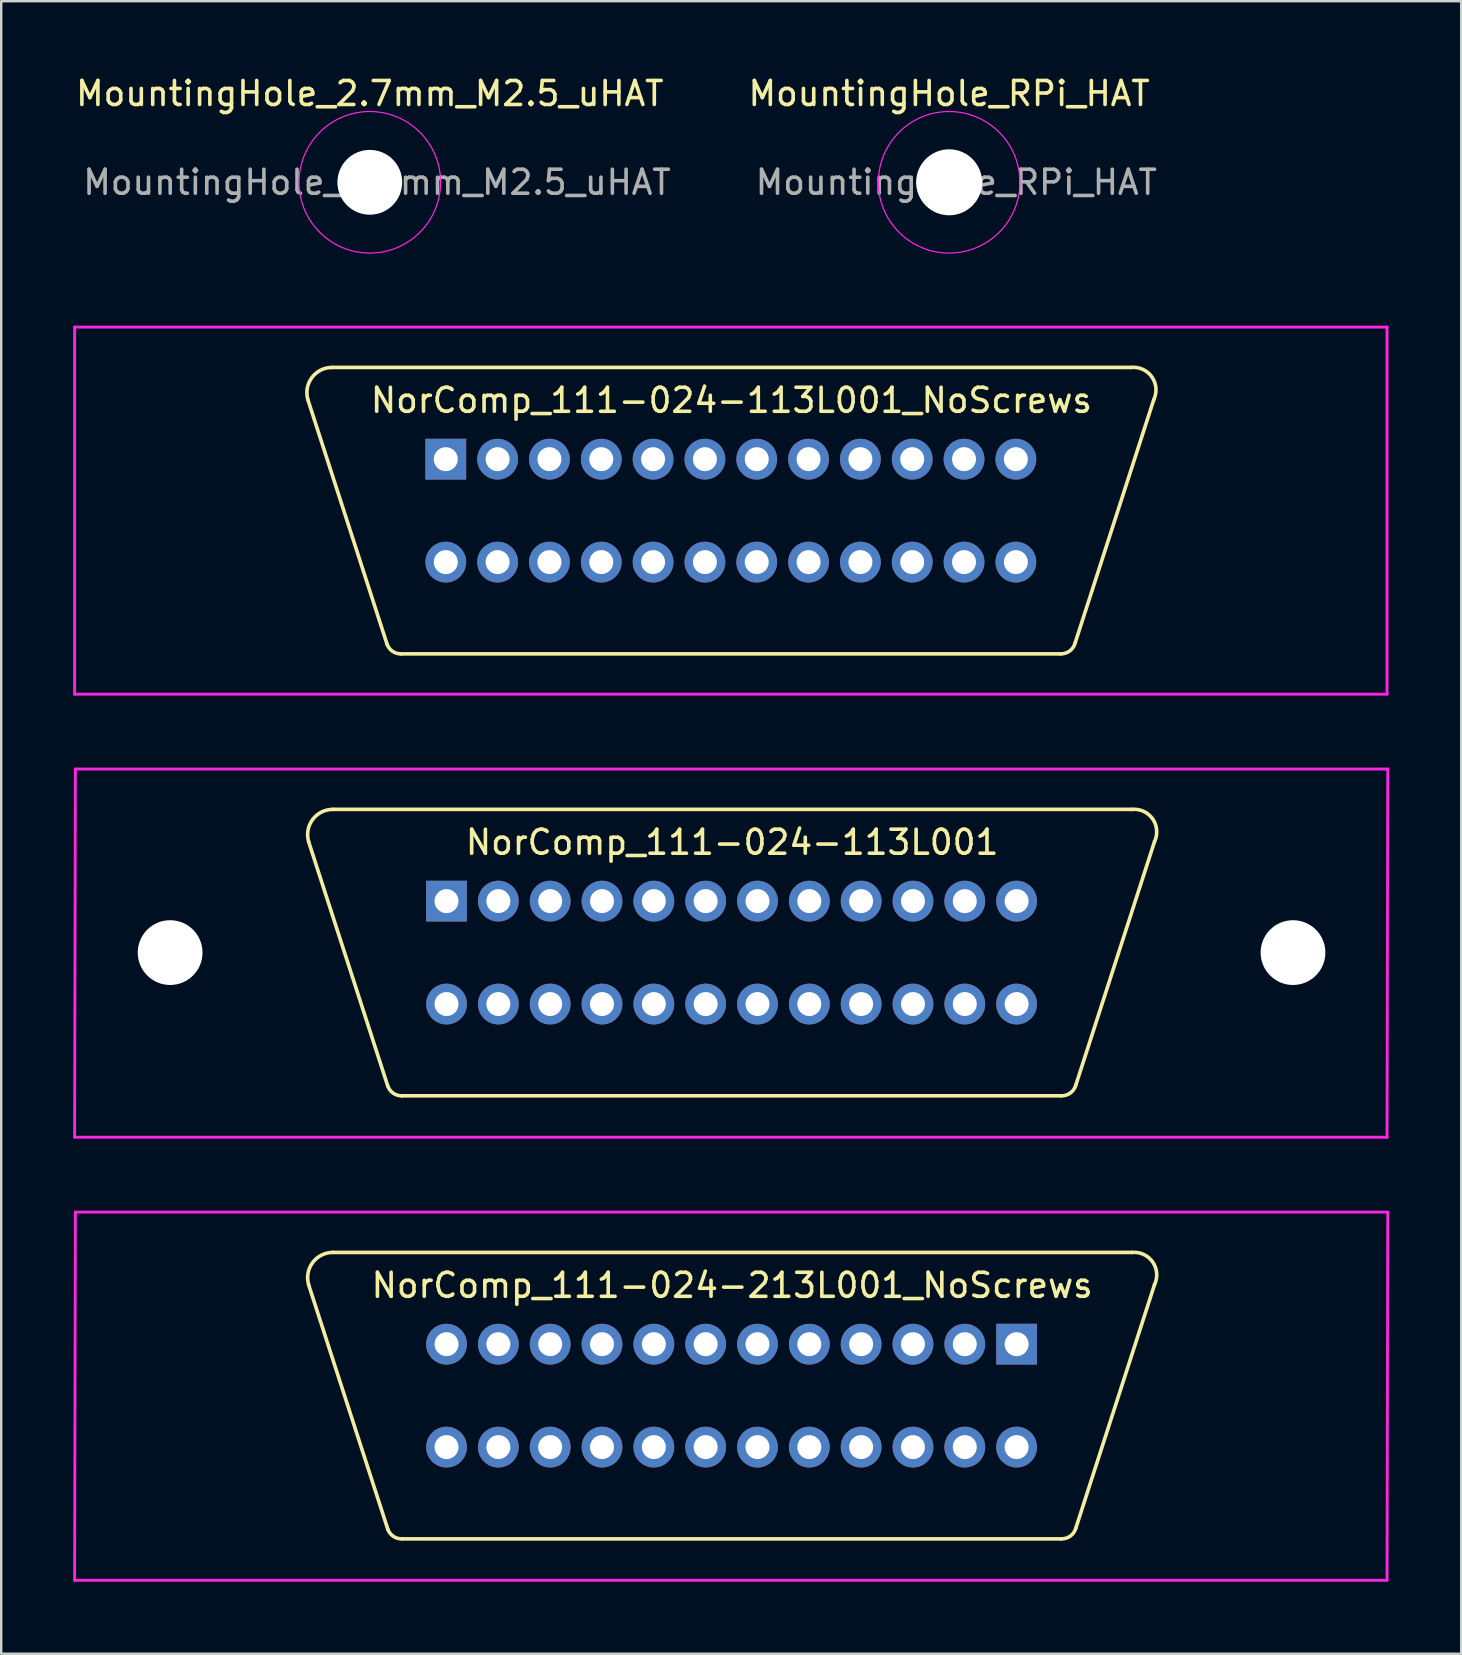
<source format=kicad_pcb>
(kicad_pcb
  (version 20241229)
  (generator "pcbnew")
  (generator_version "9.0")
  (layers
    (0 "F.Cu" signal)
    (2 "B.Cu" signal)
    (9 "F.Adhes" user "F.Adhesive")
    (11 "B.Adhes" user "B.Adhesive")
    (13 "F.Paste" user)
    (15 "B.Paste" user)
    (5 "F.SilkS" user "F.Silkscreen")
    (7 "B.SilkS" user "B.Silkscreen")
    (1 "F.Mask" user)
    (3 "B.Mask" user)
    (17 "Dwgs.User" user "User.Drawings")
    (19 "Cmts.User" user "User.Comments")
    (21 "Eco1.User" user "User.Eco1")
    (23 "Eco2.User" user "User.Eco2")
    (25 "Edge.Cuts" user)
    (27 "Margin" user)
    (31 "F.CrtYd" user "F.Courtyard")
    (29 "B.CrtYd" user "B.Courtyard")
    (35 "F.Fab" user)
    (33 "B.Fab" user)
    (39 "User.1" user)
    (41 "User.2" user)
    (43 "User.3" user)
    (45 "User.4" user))
  (footprint "NorComp_111-024-213L001_NoScrews"
    (layer "F.Cu")
    (at 27.441 55.119)
    (property "Reference" "NorComp_111-024-213L001_NoScrews" (at 0.025 -4.597 0) (unlocked yes) (layer "F.SilkS") (effects (font (size 1 1) (thickness 0.15))))
    (attr through_hole)
    (fp_line (start -16.619 -5.969) (end 16.688 -5.969) (stroke (width 0.152) (type solid)) (layer "F.SilkS"))
    (fp_line (start -14.326 5.573) (end -17.628 -4.623) (stroke (width 0.15) (type solid)) (layer "F.SilkS"))
    (fp_line (start -13.741 5.969) (end 13.735 5.969) (stroke (width 0.15) (type solid)) (layer "F.SilkS"))
    (fp_line (start 17.628 -4.626) (end 14.351 5.512) (stroke (width 0.15) (type solid)) (layer "F.SilkS"))
    (fp_arc (start -17.6276 -4.625573) (mid -17.459254 -5.549239) (end -16.619433 -5.969) (stroke (width 0.15) (type solid)) (layer "F.SilkS"))
    (fp_arc (start -13.7414 5.969) (mid -14.096596 5.864038) (end -14.325626 5.57296) (stroke (width 0.15) (type solid)) (layer "F.SilkS"))
    (fp_arc (start 14.351 5.511681) (mid 14.123787 5.849347) (end 13.73478 5.969) (stroke (width 0.15) (type solid)) (layer "F.SilkS"))
    (fp_arc (start 16.688119 -5.969) (mid 17.55021 -5.572006) (end 17.6276 -4.626059) (stroke (width 0.15) (type solid)) (layer "F.SilkS"))
    (fp_line (start -27.381 7.696) (end 27.319 7.696) (stroke (width 0.12) (type solid)) (layer "F.CrtYd"))
    (fp_line (start -27.35 -7.65) (end -27.381 7.696) (stroke (width 0.12) (type solid)) (layer "F.CrtYd"))
    (fp_line (start -27.35 -7.65) (end 27.35 -7.65) (stroke (width 0.12) (type solid)) (layer "F.CrtYd"))
    (fp_line (start 27.319 7.696) (end 27.35 -7.65) (stroke (width 0.12) (type solid)) (layer "F.CrtYd"))
    (pad "1" thru_hole rect (at 11.88 -2.145) (size 1.7 1.7) (drill 1) (layers "*.Cu" "*.Mask"))
    (pad "2" thru_hole circle (at 9.72 -2.145) (size 1.7 1.7) (drill 1) (layers "*.Cu" "*.Mask"))
    (pad "3" thru_hole circle (at 7.56 -2.145) (size 1.7 1.7) (drill 1) (layers "*.Cu" "*.Mask"))
    (pad "4" thru_hole circle (at 5.4 -2.145) (size 1.7 1.7) (drill 1) (layers "*.Cu" "*.Mask"))
    (pad "5" thru_hole circle (at 3.24 -2.145) (size 1.7 1.7) (drill 1) (layers "*.Cu" "*.Mask"))
    (pad "6" thru_hole circle (at 1.08 -2.145) (size 1.7 1.7) (drill 1) (layers "*.Cu" "*.Mask"))
    (pad "7" thru_hole circle (at -1.08 -2.145) (size 1.7 1.7) (drill 1) (layers "*.Cu" "*.Mask"))
    (pad "8" thru_hole circle (at -3.24 -2.145) (size 1.7 1.7) (drill 1) (layers "*.Cu" "*.Mask"))
    (pad "9" thru_hole circle (at -5.4 -2.145) (size 1.7 1.7) (drill 1) (layers "*.Cu" "*.Mask"))
    (pad "10" thru_hole circle (at -7.56 -2.145) (size 1.7 1.7) (drill 1) (layers "*.Cu" "*.Mask"))
    (pad "11" thru_hole circle (at -9.72 -2.145) (size 1.7 1.7) (drill 1) (layers "*.Cu" "*.Mask"))
    (pad "12" thru_hole circle (at -11.88 -2.145) (size 1.7 1.7) (drill 1) (layers "*.Cu" "*.Mask"))
    (pad "13" thru_hole circle (at 11.88 2.145) (size 1.7 1.7) (drill 1) (layers "*.Cu" "*.Mask"))
    (pad "14" thru_hole circle (at 9.72 2.145) (size 1.7 1.7) (drill 1) (layers "*.Cu" "*.Mask"))
    (pad "15" thru_hole circle (at 7.56 2.145) (size 1.7 1.7) (drill 1) (layers "*.Cu" "*.Mask"))
    (pad "16" thru_hole circle (at 5.4 2.145) (size 1.7 1.7) (drill 1) (layers "*.Cu" "*.Mask"))
    (pad "17" thru_hole circle (at 3.24 2.145) (size 1.7 1.7) (drill 1) (layers "*.Cu" "*.Mask"))
    (pad "18" thru_hole circle (at 1.08 2.145) (size 1.7 1.7) (drill 1) (layers "*.Cu" "*.Mask"))
    (pad "19" thru_hole circle (at -1.08 2.145) (size 1.7 1.7) (drill 1) (layers "*.Cu" "*.Mask"))
    (pad "20" thru_hole circle (at -3.24 2.145) (size 1.7 1.7) (drill 1) (layers "*.Cu" "*.Mask"))
    (pad "21" thru_hole circle (at -5.4 2.145) (size 1.7 1.7) (drill 1) (layers "*.Cu" "*.Mask"))
    (pad "22" thru_hole circle (at -7.56 2.145) (size 1.7 1.7) (drill 1) (layers "*.Cu" "*.Mask"))
    (pad "23" thru_hole circle (at -9.72 2.145) (size 1.7 1.7) (drill 1) (layers "*.Cu" "*.Mask"))
    (pad "24" thru_hole circle (at -11.88 2.145) (size 1.7 1.7) (drill 1) (layers "*.Cu" "*.Mask")))
  (footprint "MountingHole_RPi_HAT"
    (layer "F.Cu")
    (at 36.508 4.548)
    (property "Reference" "MountingHole_RPi_HAT" (at 0 -3.7 0) (layer "F.SilkS") (effects (font (size 1 1) (thickness 0.15))))
    (attr exclude_from_pos_files exclude_from_bom)
    (fp_circle (center 0 0) (end 2.95 0) (stroke (width 0.05) (type solid)) (fill no) (layer "F.CrtYd"))
    (fp_text user "${REFERENCE}" (at 0.3 0 0) (layer "F.Fab") (effects (font (size 1 1) (thickness 0.15))))
    (pad "" np_thru_hole circle (at 0 0) (size 2.75 2.75) (drill 2.75) (layers "*.Cu" "*.Mask")))
  (footprint "MountingHole_2.7mm_M2.5_uHAT"
    (layer "F.Cu")
    (at 12.363 4.548)
    (property "Reference" "MountingHole_2.7mm_M2.5_uHAT" (at 0 -3.7 0) (layer "F.SilkS") (effects (font (size 1 1) (thickness 0.15))))
    (attr exclude_from_pos_files exclude_from_bom)
    (fp_circle (center 0 0) (end 2.95 0) (stroke (width 0.05) (type solid)) (fill no) (layer "F.CrtYd"))
    (fp_text user "${REFERENCE}" (at 0.3 0 0) (layer "F.Fab") (effects (font (size 1 1) (thickness 0.15))))
    (pad "" np_thru_hole circle (at 0 0) (size 2.7 2.7) (drill 2.7) (layers "*.Cu" "*.Mask")))
  (footprint "NorComp_111-024-113L001"
    (layer "F.Cu")
    (at 27.441 36.653)
    (property "Reference" "NorComp_111-024-113L001" (at 0.025 -4.597 0) (unlocked yes) (layer "F.SilkS") (effects (font (size 1 1) (thickness 0.15))))
    (attr through_hole)
    (fp_line (start -16.619 -5.969) (end 16.688 -5.969) (stroke (width 0.152) (type solid)) (layer "F.SilkS"))
    (fp_line (start -14.326 5.573) (end -17.628 -4.623) (stroke (width 0.15) (type solid)) (layer "F.SilkS"))
    (fp_line (start -13.741 5.969) (end 13.735 5.969) (stroke (width 0.15) (type solid)) (layer "F.SilkS"))
    (fp_line (start 17.628 -4.626) (end 14.351 5.512) (stroke (width 0.15) (type solid)) (layer "F.SilkS"))
    (fp_arc (start -17.6276 -4.625573) (mid -17.459254 -5.549239) (end -16.619433 -5.969) (stroke (width 0.15) (type solid)) (layer "F.SilkS"))
    (fp_arc (start -13.7414 5.969) (mid -14.096596 5.864038) (end -14.325626 5.57296) (stroke (width 0.15) (type solid)) (layer "F.SilkS"))
    (fp_arc (start 14.351 5.511681) (mid 14.123787 5.849347) (end 13.73478 5.969) (stroke (width 0.15) (type solid)) (layer "F.SilkS"))
    (fp_arc (start 16.688119 -5.969) (mid 17.55021 -5.572006) (end 17.6276 -4.626059) (stroke (width 0.15) (type solid)) (layer "F.SilkS"))
    (fp_line (start -27.381 7.696) (end 27.319 7.696) (stroke (width 0.12) (type solid)) (layer "F.CrtYd"))
    (fp_line (start -27.35 -7.65) (end -27.381 7.696) (stroke (width 0.12) (type solid)) (layer "F.CrtYd"))
    (fp_line (start -27.35 -7.65) (end 27.35 -7.65) (stroke (width 0.12) (type solid)) (layer "F.CrtYd"))
    (fp_line (start 27.319 7.696) (end 27.35 -7.65) (stroke (width 0.12) (type solid)) (layer "F.CrtYd"))
    (pad "" np_thru_hole circle (at -23.4 0) (size 2.7 2.7) (drill 2.7) (layers "*.Cu" "*.Mask"))
    (pad "" np_thru_hole circle (at 23.4 0) (size 2.7 2.7) (drill 2.7) (layers "*.Cu" "*.Mask"))
    (pad "1" thru_hole rect (at -11.88 -2.145) (size 1.7 1.7) (drill 1) (layers "*.Cu" "*.Mask"))
    (pad "2" thru_hole circle (at -9.72 -2.145) (size 1.7 1.7) (drill 1) (layers "*.Cu" "*.Mask"))
    (pad "3" thru_hole circle (at -7.56 -2.145) (size 1.7 1.7) (drill 1) (layers "*.Cu" "*.Mask"))
    (pad "4" thru_hole circle (at -5.4 -2.145) (size 1.7 1.7) (drill 1) (layers "*.Cu" "*.Mask"))
    (pad "5" thru_hole circle (at -3.24 -2.145) (size 1.7 1.7) (drill 1) (layers "*.Cu" "*.Mask"))
    (pad "6" thru_hole circle (at -1.08 -2.145) (size 1.7 1.7) (drill 1) (layers "*.Cu" "*.Mask"))
    (pad "7" thru_hole circle (at 1.08 -2.145) (size 1.7 1.7) (drill 1) (layers "*.Cu" "*.Mask"))
    (pad "8" thru_hole circle (at 3.24 -2.145) (size 1.7 1.7) (drill 1) (layers "*.Cu" "*.Mask"))
    (pad "9" thru_hole circle (at 5.4 -2.145) (size 1.7 1.7) (drill 1) (layers "*.Cu" "*.Mask"))
    (pad "10" thru_hole circle (at 7.56 -2.145) (size 1.7 1.7) (drill 1) (layers "*.Cu" "*.Mask"))
    (pad "11" thru_hole circle (at 9.72 -2.145) (size 1.7 1.7) (drill 1) (layers "*.Cu" "*.Mask"))
    (pad "12" thru_hole circle (at 11.88 -2.145) (size 1.7 1.7) (drill 1) (layers "*.Cu" "*.Mask"))
    (pad "13" thru_hole circle (at -11.88 2.145) (size 1.7 1.7) (drill 1) (layers "*.Cu" "*.Mask"))
    (pad "14" thru_hole circle (at -9.72 2.145) (size 1.7 1.7) (drill 1) (layers "*.Cu" "*.Mask"))
    (pad "15" thru_hole circle (at -7.56 2.145) (size 1.7 1.7) (drill 1) (layers "*.Cu" "*.Mask"))
    (pad "16" thru_hole circle (at -5.4 2.145) (size 1.7 1.7) (drill 1) (layers "*.Cu" "*.Mask"))
    (pad "17" thru_hole circle (at -3.24 2.145) (size 1.7 1.7) (drill 1) (layers "*.Cu" "*.Mask"))
    (pad "18" thru_hole circle (at -1.08 2.145) (size 1.7 1.7) (drill 1) (layers "*.Cu" "*.Mask"))
    (pad "19" thru_hole circle (at 1.08 2.145) (size 1.7 1.7) (drill 1) (layers "*.Cu" "*.Mask"))
    (pad "20" thru_hole circle (at 3.24 2.145) (size 1.7 1.7) (drill 1) (layers "*.Cu" "*.Mask"))
    (pad "21" thru_hole circle (at 5.4 2.145) (size 1.7 1.7) (drill 1) (layers "*.Cu" "*.Mask"))
    (pad "22" thru_hole circle (at 7.56 2.145) (size 1.7 1.7) (drill 1) (layers "*.Cu" "*.Mask"))
    (pad "23" thru_hole circle (at 9.72 2.145) (size 1.7 1.7) (drill 1) (layers "*.Cu" "*.Mask"))
    (pad "24" thru_hole circle (at 11.88 2.145) (size 1.7 1.7) (drill 1) (layers "*.Cu" "*.Mask")))
  (footprint "NorComp_111-024-113L001_NoScrews"
    (layer "F.Cu")
    (at 27.41 18.233)
    (property "Reference" "NorComp_111-024-113L001_NoScrews" (at 0.025 -4.597 0) (unlocked yes) (layer "F.SilkS") (effects (font (size 1 1) (thickness 0.15))))
    (attr through_hole)
    (fp_line (start -16.619 -5.969) (end 16.688 -5.969) (stroke (width 0.152) (type solid)) (layer "F.SilkS"))
    (fp_line (start -14.326 5.573) (end -17.628 -4.623) (stroke (width 0.15) (type solid)) (layer "F.SilkS"))
    (fp_line (start -13.741 5.969) (end 13.735 5.969) (stroke (width 0.15) (type solid)) (layer "F.SilkS"))
    (fp_line (start 17.628 -4.626) (end 14.351 5.512) (stroke (width 0.15) (type solid)) (layer "F.SilkS"))
    (fp_arc (start -17.6276 -4.625573) (mid -17.459254 -5.549239) (end -16.619433 -5.969) (stroke (width 0.15) (type solid)) (layer "F.SilkS"))
    (fp_arc (start -13.7414 5.969) (mid -14.096596 5.864038) (end -14.325626 5.57296) (stroke (width 0.15) (type solid)) (layer "F.SilkS"))
    (fp_arc (start 14.351 5.511681) (mid 14.123787 5.849347) (end 13.73478 5.969) (stroke (width 0.15) (type solid)) (layer "F.SilkS"))
    (fp_arc (start 16.688119 -5.969) (mid 17.55021 -5.572006) (end 17.6276 -4.626059) (stroke (width 0.15) (type solid)) (layer "F.SilkS"))
    (fp_line (start -27.35 -7.65) (end -27.35 7.65) (stroke (width 0.12) (type solid)) (layer "F.CrtYd"))
    (fp_line (start -27.35 -7.65) (end 27.35 -7.65) (stroke (width 0.12) (type solid)) (layer "F.CrtYd"))
    (fp_line (start -27.35 7.65) (end 27.35 7.65) (stroke (width 0.12) (type solid)) (layer "F.CrtYd"))
    (fp_line (start 27.35 7.65) (end 27.35 -7.65) (stroke (width 0.12) (type solid)) (layer "F.CrtYd"))
    (pad "1" thru_hole rect (at -11.88 -2.145) (size 1.7 1.7) (drill 1) (layers "*.Cu" "*.Mask"))
    (pad "2" thru_hole circle (at -9.72 -2.145) (size 1.7 1.7) (drill 1) (layers "*.Cu" "*.Mask"))
    (pad "3" thru_hole circle (at -7.56 -2.145) (size 1.7 1.7) (drill 1) (layers "*.Cu" "*.Mask"))
    (pad "4" thru_hole circle (at -5.4 -2.145) (size 1.7 1.7) (drill 1) (layers "*.Cu" "*.Mask"))
    (pad "5" thru_hole circle (at -3.24 -2.145) (size 1.7 1.7) (drill 1) (layers "*.Cu" "*.Mask"))
    (pad "6" thru_hole circle (at -1.08 -2.145) (size 1.7 1.7) (drill 1) (layers "*.Cu" "*.Mask"))
    (pad "7" thru_hole circle (at 1.08 -2.145) (size 1.7 1.7) (drill 1) (layers "*.Cu" "*.Mask"))
    (pad "8" thru_hole circle (at 3.24 -2.145) (size 1.7 1.7) (drill 1) (layers "*.Cu" "*.Mask"))
    (pad "9" thru_hole circle (at 5.4 -2.145) (size 1.7 1.7) (drill 1) (layers "*.Cu" "*.Mask"))
    (pad "10" thru_hole circle (at 7.56 -2.145) (size 1.7 1.7) (drill 1) (layers "*.Cu" "*.Mask"))
    (pad "11" thru_hole circle (at 9.72 -2.145) (size 1.7 1.7) (drill 1) (layers "*.Cu" "*.Mask"))
    (pad "12" thru_hole circle (at 11.88 -2.145) (size 1.7 1.7) (drill 1) (layers "*.Cu" "*.Mask"))
    (pad "13" thru_hole circle (at -11.88 2.145) (size 1.7 1.7) (drill 1) (layers "*.Cu" "*.Mask"))
    (pad "14" thru_hole circle (at -9.72 2.145) (size 1.7 1.7) (drill 1) (layers "*.Cu" "*.Mask"))
    (pad "15" thru_hole circle (at -7.56 2.145) (size 1.7 1.7) (drill 1) (layers "*.Cu" "*.Mask"))
    (pad "16" thru_hole circle (at -5.4 2.145) (size 1.7 1.7) (drill 1) (layers "*.Cu" "*.Mask"))
    (pad "17" thru_hole circle (at -3.24 2.145) (size 1.7 1.7) (drill 1) (layers "*.Cu" "*.Mask"))
    (pad "18" thru_hole circle (at -1.08 2.145) (size 1.7 1.7) (drill 1) (layers "*.Cu" "*.Mask"))
    (pad "19" thru_hole circle (at 1.08 2.145) (size 1.7 1.7) (drill 1) (layers "*.Cu" "*.Mask"))
    (pad "20" thru_hole circle (at 3.24 2.145) (size 1.7 1.7) (drill 1) (layers "*.Cu" "*.Mask"))
    (pad "21" thru_hole circle (at 5.4 2.145) (size 1.7 1.7) (drill 1) (layers "*.Cu" "*.Mask"))
    (pad "22" thru_hole circle (at 7.56 2.145) (size 1.7 1.7) (drill 1) (layers "*.Cu" "*.Mask"))
    (pad "23" thru_hole circle (at 9.72 2.145) (size 1.7 1.7) (drill 1) (layers "*.Cu" "*.Mask"))
    (pad "24" thru_hole circle (at 11.88 2.145) (size 1.7 1.7) (drill 1) (layers "*.Cu" "*.Mask")))
  (gr_rect
    (start -3 -3)
    (end 57.851 65.876)
    (stroke (width 0.1) (type default))
    (fill no)
    (layer "Edge.Cuts")))
</source>
